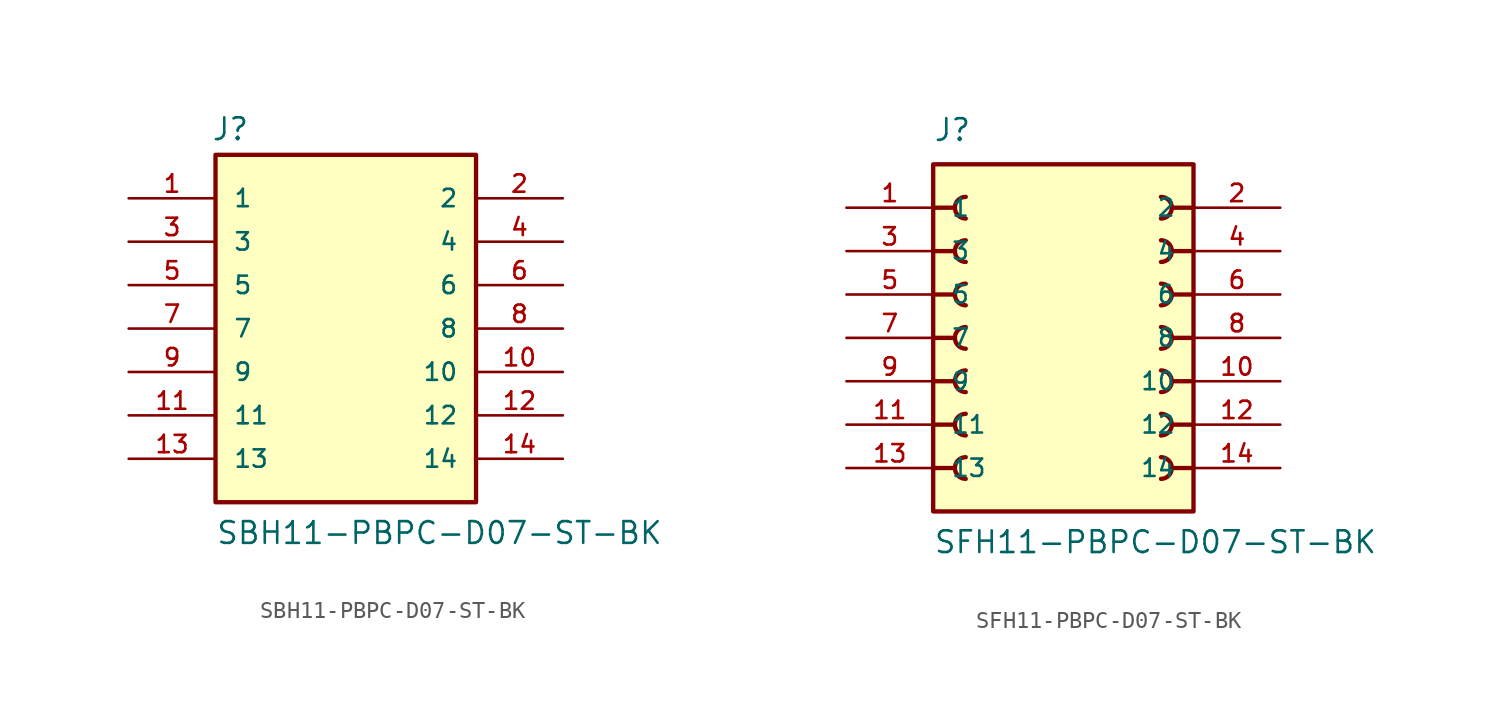
<source format=kicad_sym>
(kicad_symbol_lib
  (version 20220914)
  (generator kicad_symbol_editor)
  (symbol "SBH11-PBPC-D07-ST-BK"
    (pin_names
      (offset 1.016))
    (property "Reference" "J"
      (at -7.874 10.922 0)
      (effects (font (size 1.27 1.27)) (justify left bottom)))
    (property "Value" "SBH11-PBPC-D07-ST-BK"
      (at -7.62 -12.7 0)
      (effects (font (size 1.27 1.27)) (justify left bottom)))
    (symbol "SBH11-PBPC-D07-ST-BK_0_0"
      (rectangle (start -7.62 -10.16) (end 7.62 10.16) (stroke (width 0.254) (type default)) (fill (type background)))
      (pin passive line (at -12.7 7.62 0) (length 5.08) (name "1" (effects (font (size 1.016 1.016)))) (number "1" (effects (font (size 1.016 1.016)))))
      (pin passive line (at 12.7 -2.54 180) (length 5.08) (name "10" (effects (font (size 1.016 1.016)))) (number "10" (effects (font (size 1.016 1.016)))))
      (pin passive line (at -12.7 -5.08 0) (length 5.08) (name "11" (effects (font (size 1.016 1.016)))) (number "11" (effects (font (size 1.016 1.016)))))
      (pin passive line (at 12.7 -5.08 180) (length 5.08) (name "12" (effects (font (size 1.016 1.016)))) (number "12" (effects (font (size 1.016 1.016)))))
      (pin passive line (at -12.7 -7.62 0) (length 5.08) (name "13" (effects (font (size 1.016 1.016)))) (number "13" (effects (font (size 1.016 1.016)))))
      (pin passive line (at 12.7 -7.62 180) (length 5.08) (name "14" (effects (font (size 1.016 1.016)))) (number "14" (effects (font (size 1.016 1.016)))))
      (pin passive line (at 12.7 7.62 180) (length 5.08) (name "2" (effects (font (size 1.016 1.016)))) (number "2" (effects (font (size 1.016 1.016)))))
      (pin passive line (at -12.7 5.08 0) (length 5.08) (name "3" (effects (font (size 1.016 1.016)))) (number "3" (effects (font (size 1.016 1.016)))))
      (pin passive line (at 12.7 5.08 180) (length 5.08) (name "4" (effects (font (size 1.016 1.016)))) (number "4" (effects (font (size 1.016 1.016)))))
      (pin passive line (at -12.7 2.54 0) (length 5.08) (name "5" (effects (font (size 1.016 1.016)))) (number "5" (effects (font (size 1.016 1.016)))))
      (pin passive line (at 12.7 2.54 180) (length 5.08) (name "6" (effects (font (size 1.016 1.016)))) (number "6" (effects (font (size 1.016 1.016)))))
      (pin passive line (at -12.7 0 0) (length 5.08) (name "7" (effects (font (size 1.016 1.016)))) (number "7" (effects (font (size 1.016 1.016)))))
      (pin passive line (at 12.7 0 180) (length 5.08) (name "8" (effects (font (size 1.016 1.016)))) (number "8" (effects (font (size 1.016 1.016)))))
      (pin passive line (at -12.7 -2.54 0) (length 5.08) (name "9" (effects (font (size 1.016 1.016)))) (number "9" (effects (font (size 1.016 1.016)))))))
  (symbol "SFH11-PBPC-D07-ST-BK"
    (pin_names
      (offset 1.016))
    (property "Reference" "J"
      (at -7.62 11.43 0)
      (effects (font (size 1.27 1.27)) (justify left bottom)))
    (property "Value" "SFH11-PBPC-D07-ST-BK"
      (at -7.62 -12.7 0)
      (effects (font (size 1.27 1.27)) (justify left bottom)))
    (symbol "SFH11-PBPC-D07-ST-BK_0_0"
      (rectangle (start -7.62 10.16) (end 7.62 -10.16) (stroke (width 0.254) (type default)) (fill (type background)))
      (arc (start -5.715 -6.985) (mid -6.3473 -7.62) (end -5.715 -8.255) (stroke (width 0.254) (type default)) (fill (type none)))
      (arc (start -5.715 -4.445) (mid -6.3473 -5.08) (end -5.715 -5.715) (stroke (width 0.254) (type default)) (fill (type none)))
      (arc (start -5.715 -1.905) (mid -6.3473 -2.54) (end -5.715 -3.175) (stroke (width 0.254) (type default)) (fill (type none)))
      (arc (start -5.715 0.635) (mid -6.3473 0) (end -5.715 -0.635) (stroke (width 0.254) (type default)) (fill (type none)))
      (arc (start -5.715 3.175) (mid -6.3473 2.54) (end -5.715 1.905) (stroke (width 0.254) (type default)) (fill (type none)))
      (arc (start -5.715 5.715) (mid -6.3473 5.08) (end -5.715 4.445) (stroke (width 0.254) (type default)) (fill (type none)))
      (arc (start -5.715 8.255) (mid -6.3473 7.62) (end -5.715 6.985) (stroke (width 0.254) (type default)) (fill (type none)))
      (polyline (pts (xy -7.62 -7.62) (xy -6.35 -7.62)) (stroke (width 0.254) (type default)) (fill (type none)))
      (polyline (pts (xy -7.62 -5.08) (xy -6.35 -5.08)) (stroke (width 0.254) (type default)) (fill (type none)))
      (polyline (pts (xy -7.62 -2.54) (xy -6.35 -2.54)) (stroke (width 0.254) (type default)) (fill (type none)))
      (polyline (pts (xy -7.62 0) (xy -6.35 0)) (stroke (width 0.254) (type default)) (fill (type none)))
      (polyline (pts (xy -7.62 2.54) (xy -6.35 2.54)) (stroke (width 0.254) (type default)) (fill (type none)))
      (polyline (pts (xy -7.62 5.08) (xy -6.35 5.08)) (stroke (width 0.254) (type default)) (fill (type none)))
      (polyline (pts (xy -7.62 7.62) (xy -6.35 7.62)) (stroke (width 0.254) (type default)) (fill (type none)))
      (polyline (pts (xy 7.62 -7.62) (xy 6.35 -7.62)) (stroke (width 0.254) (type default)) (fill (type none)))
      (polyline (pts (xy 7.62 -5.08) (xy 6.35 -5.08)) (stroke (width 0.254) (type default)) (fill (type none)))
      (polyline (pts (xy 7.62 -2.54) (xy 6.35 -2.54)) (stroke (width 0.254) (type default)) (fill (type none)))
      (polyline (pts (xy 7.62 0) (xy 6.35 0)) (stroke (width 0.254) (type default)) (fill (type none)))
      (polyline (pts (xy 7.62 2.54) (xy 6.35 2.54)) (stroke (width 0.254) (type default)) (fill (type none)))
      (polyline (pts (xy 7.62 5.08) (xy 6.35 5.08)) (stroke (width 0.254) (type default)) (fill (type none)))
      (polyline (pts (xy 7.62 7.62) (xy 6.35 7.62)) (stroke (width 0.254) (type default)) (fill (type none)))
      (arc (start 5.715 -8.255) (mid 6.3473 -7.62) (end 5.715 -6.985) (stroke (width 0.254) (type default)) (fill (type none)))
      (arc (start 5.715 -5.715) (mid 6.3473 -5.08) (end 5.715 -4.445) (stroke (width 0.254) (type default)) (fill (type none)))
      (arc (start 5.715 -3.175) (mid 6.3473 -2.54) (end 5.715 -1.905) (stroke (width 0.254) (type default)) (fill (type none)))
      (arc (start 5.715 -0.635) (mid 6.3473 0) (end 5.715 0.635) (stroke (width 0.254) (type default)) (fill (type none)))
      (arc (start 5.715 1.905) (mid 6.3473 2.54) (end 5.715 3.175) (stroke (width 0.254) (type default)) (fill (type none)))
      (arc (start 5.715 4.445) (mid 6.3473 5.08) (end 5.715 5.715) (stroke (width 0.254) (type default)) (fill (type none)))
      (arc (start 5.715 6.985) (mid 6.3473 7.62) (end 5.715 8.255) (stroke (width 0.254) (type default)) (fill (type none)))
      (pin passive line (at -12.7 7.62 0) (length 5.08) (name "1" (effects (font (size 1.016 1.016)))) (number "1" (effects (font (size 1.016 1.016)))))
      (pin passive line (at 12.7 -2.54 180) (length 5.08) (name "10" (effects (font (size 1.016 1.016)))) (number "10" (effects (font (size 1.016 1.016)))))
      (pin passive line (at -12.7 -5.08 0) (length 5.08) (name "11" (effects (font (size 1.016 1.016)))) (number "11" (effects (font (size 1.016 1.016)))))
      (pin passive line (at 12.7 -5.08 180) (length 5.08) (name "12" (effects (font (size 1.016 1.016)))) (number "12" (effects (font (size 1.016 1.016)))))
      (pin passive line (at -12.7 -7.62 0) (length 5.08) (name "13" (effects (font (size 1.016 1.016)))) (number "13" (effects (font (size 1.016 1.016)))))
      (pin passive line (at 12.7 -7.62 180) (length 5.08) (name "14" (effects (font (size 1.016 1.016)))) (number "14" (effects (font (size 1.016 1.016)))))
      (pin passive line (at 12.7 7.62 180) (length 5.08) (name "2" (effects (font (size 1.016 1.016)))) (number "2" (effects (font (size 1.016 1.016)))))
      (pin passive line (at -12.7 5.08 0) (length 5.08) (name "3" (effects (font (size 1.016 1.016)))) (number "3" (effects (font (size 1.016 1.016)))))
      (pin passive line (at 12.7 5.08 180) (length 5.08) (name "4" (effects (font (size 1.016 1.016)))) (number "4" (effects (font (size 1.016 1.016)))))
      (pin passive line (at -12.7 2.54 0) (length 5.08) (name "5" (effects (font (size 1.016 1.016)))) (number "5" (effects (font (size 1.016 1.016)))))
      (pin passive line (at 12.7 2.54 180) (length 5.08) (name "6" (effects (font (size 1.016 1.016)))) (number "6" (effects (font (size 1.016 1.016)))))
      (pin passive line (at -12.7 0 0) (length 5.08) (name "7" (effects (font (size 1.016 1.016)))) (number "7" (effects (font (size 1.016 1.016)))))
      (pin passive line (at 12.7 0 180) (length 5.08) (name "8" (effects (font (size 1.016 1.016)))) (number "8" (effects (font (size 1.016 1.016)))))
      (pin passive line (at -12.7 -2.54 0) (length 5.08) (name "9" (effects (font (size 1.016 1.016)))) (number "9" (effects (font (size 1.016 1.016))))))))
</source>
